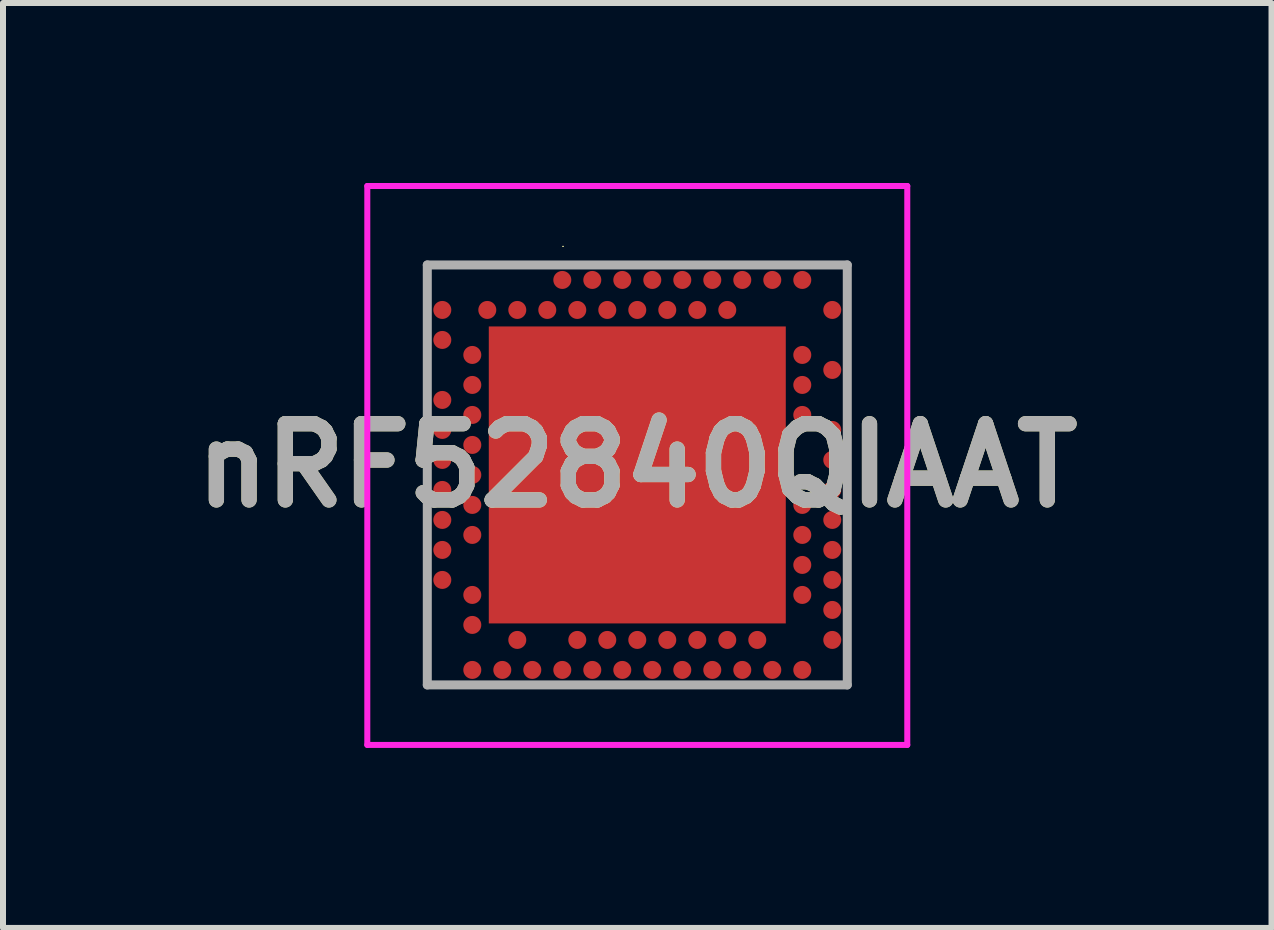
<source format=kicad_pcb>
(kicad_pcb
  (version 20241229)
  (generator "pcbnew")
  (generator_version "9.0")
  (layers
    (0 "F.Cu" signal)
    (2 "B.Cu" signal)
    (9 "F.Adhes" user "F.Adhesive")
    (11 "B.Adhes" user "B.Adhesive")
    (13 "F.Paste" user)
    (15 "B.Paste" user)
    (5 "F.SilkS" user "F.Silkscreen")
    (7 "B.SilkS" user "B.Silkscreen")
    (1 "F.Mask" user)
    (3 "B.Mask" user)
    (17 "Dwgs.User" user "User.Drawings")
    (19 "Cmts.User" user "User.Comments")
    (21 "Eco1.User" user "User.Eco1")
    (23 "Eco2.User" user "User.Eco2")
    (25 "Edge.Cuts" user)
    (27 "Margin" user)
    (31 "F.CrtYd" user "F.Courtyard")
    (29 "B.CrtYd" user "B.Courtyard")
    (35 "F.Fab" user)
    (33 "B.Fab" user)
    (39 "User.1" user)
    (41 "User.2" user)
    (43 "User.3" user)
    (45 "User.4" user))
  (footprint "nRF52840QIAAT"
    (layer "F.Cu")
    (at 7.572 4.866)
    (property "Reference" "nRF52840QIAAT" (at 0 -0.158 0) (layer "F.SilkS") (effects (font (size 1.27 1.27) (thickness 0.254))))
    (attr smd)
    (fp_line (start -1.243 -3.81) (end -1.243 -3.81) (stroke (width 0.011) (type solid)) (layer "F.SilkS"))
    (fp_line (start -1.232 -3.81) (end -1.232 -3.81) (stroke (width 0.011) (type solid)) (layer "F.SilkS"))
    (fp_arc (start -1.243 -3.81) (mid -1.2375 -3.8155) (end -1.232 -3.81) (stroke (width 0.011) (type solid)) (layer "F.SilkS"))
    (fp_arc (start -1.232 -3.81) (mid -1.2375 -3.8045) (end -1.243 -3.81) (stroke (width 0.011) (type solid)) (layer "F.SilkS"))
    (fp_line (start -4.5 -4.816) (end 4.5 -4.816) (stroke (width 0.1) (type solid)) (layer "F.CrtYd"))
    (fp_line (start -4.5 4.5) (end -4.5 -4.816) (stroke (width 0.1) (type solid)) (layer "F.CrtYd"))
    (fp_line (start 4.5 -4.816) (end 4.5 4.5) (stroke (width 0.1) (type solid)) (layer "F.CrtYd"))
    (fp_line (start 4.5 4.5) (end -4.5 4.5) (stroke (width 0.1) (type solid)) (layer "F.CrtYd"))
    (fp_line (start -3.5 -3.5) (end 3.5 -3.5) (stroke (width 0.15) (type solid)) (layer "F.Fab"))
    (fp_line (start -3.5 3.5) (end -3.5 -3.5) (stroke (width 0.15) (type solid)) (layer "F.Fab"))
    (fp_line (start 3.5 -3.5) (end 3.5 3.5) (stroke (width 0.15) (type solid)) (layer "F.Fab"))
    (fp_line (start 3.5 3.5) (end -3.5 3.5) (stroke (width 0.15) (type solid)) (layer "F.Fab"))
    (fp_text user "${REFERENCE}" (at 0 -0.158 0) (layer "F.Fab") (effects (font (size 1.27 1.27) (thickness 0.254))))
    (pad "A8" smd circle (at -1.25 -3.25 90) (size 0.3 0.3) (layers "F.Cu" "F.Mask" "F.Paste"))
    (pad "A10" smd circle (at -0.75 -3.25 90) (size 0.3 0.3) (layers "F.Cu" "F.Mask" "F.Paste"))
    (pad "A12" smd circle (at -0.25 -3.25 90) (size 0.3 0.3) (layers "F.Cu" "F.Mask" "F.Paste"))
    (pad "A14" smd circle (at 0.25 -3.25 90) (size 0.3 0.3) (layers "F.Cu" "F.Mask" "F.Paste"))
    (pad "A16" smd circle (at 0.75 -3.25 90) (size 0.3 0.3) (layers "F.Cu" "F.Mask" "F.Paste"))
    (pad "A18" smd circle (at 1.25 -3.25 90) (size 0.3 0.3) (layers "F.Cu" "F.Mask" "F.Paste"))
    (pad "A20" smd circle (at 1.75 -3.25 90) (size 0.3 0.3) (layers "F.Cu" "F.Mask" "F.Paste"))
    (pad "A22" smd circle (at 2.25 -3.25 90) (size 0.3 0.3) (layers "F.Cu" "F.Mask" "F.Paste"))
    (pad "A23" smd circle (at 2.75 -3.25 90) (size 0.3 0.3) (layers "F.Cu" "F.Mask" "F.Paste"))
    (pad "AA24" smd circle (at 3.25 2.25 90) (size 0.3 0.3) (layers "F.Cu" "F.Mask" "F.Paste"))
    (pad "AB2" smd circle (at -2.75 2.5 90) (size 0.3 0.3) (layers "F.Cu" "F.Mask" "F.Paste"))
    (pad "AC5" smd circle (at -2 2.75 90) (size 0.3 0.3) (layers "F.Cu" "F.Mask" "F.Paste"))
    (pad "AC9" smd circle (at -1 2.75 90) (size 0.3 0.3) (layers "F.Cu" "F.Mask" "F.Paste"))
    (pad "AC11" smd circle (at -0.5 2.75 90) (size 0.3 0.3) (layers "F.Cu" "F.Mask" "F.Paste"))
    (pad "AC13" smd circle (at 0 2.75 90) (size 0.3 0.3) (layers "F.Cu" "F.Mask" "F.Paste"))
    (pad "AC15" smd circle (at 0.5 2.75 90) (size 0.3 0.3) (layers "F.Cu" "F.Mask" "F.Paste"))
    (pad "AC17" smd circle (at 1 2.75 90) (size 0.3 0.3) (layers "F.Cu" "F.Mask" "F.Paste"))
    (pad "AC19" smd circle (at 1.5 2.75 90) (size 0.3 0.3) (layers "F.Cu" "F.Mask" "F.Paste"))
    (pad "AC21" smd circle (at 2 2.75 90) (size 0.3 0.3) (layers "F.Cu" "F.Mask" "F.Paste"))
    (pad "AC24" smd circle (at 3.25 2.75 90) (size 0.3 0.3) (layers "F.Cu" "F.Mask" "F.Paste"))
    (pad "AD2" smd circle (at -2.75 3.25 90) (size 0.3 0.3) (layers "F.Cu" "F.Mask" "F.Paste"))
    (pad "AD4" smd circle (at -2.25 3.25 90) (size 0.3 0.3) (layers "F.Cu" "F.Mask" "F.Paste"))
    (pad "AD6" smd circle (at -1.75 3.25 90) (size 0.3 0.3) (layers "F.Cu" "F.Mask" "F.Paste"))
    (pad "AD8" smd circle (at -1.25 3.25 90) (size 0.3 0.3) (layers "F.Cu" "F.Mask" "F.Paste"))
    (pad "AD10" smd circle (at -0.75 3.25 90) (size 0.3 0.3) (layers "F.Cu" "F.Mask" "F.Paste"))
    (pad "AD12" smd circle (at -0.25 3.25 90) (size 0.3 0.3) (layers "F.Cu" "F.Mask" "F.Paste"))
    (pad "AD14" smd circle (at 0.25 3.25 90) (size 0.3 0.3) (layers "F.Cu" "F.Mask" "F.Paste"))
    (pad "AD16" smd circle (at 0.75 3.25 90) (size 0.3 0.3) (layers "F.Cu" "F.Mask" "F.Paste"))
    (pad "AD18" smd circle (at 1.25 3.25 90) (size 0.3 0.3) (layers "F.Cu" "F.Mask" "F.Paste"))
    (pad "AD20" smd circle (at 1.75 3.25 90) (size 0.3 0.3) (layers "F.Cu" "F.Mask" "F.Paste"))
    (pad "AD22" smd circle (at 2.25 3.25 90) (size 0.3 0.3) (layers "F.Cu" "F.Mask" "F.Paste"))
    (pad "AD23" smd circle (at 2.75 3.25 90) (size 0.3 0.3) (layers "F.Cu" "F.Mask" "F.Paste"))
    (pad "B1" smd circle (at -3.25 -2.75 90) (size 0.3 0.3) (layers "F.Cu" "F.Mask" "F.Paste"))
    (pad "B3" smd circle (at -2.5 -2.75 90) (size 0.3 0.3) (layers "F.Cu" "F.Mask" "F.Paste"))
    (pad "B5" smd circle (at -2 -2.75 90) (size 0.3 0.3) (layers "F.Cu" "F.Mask" "F.Paste"))
    (pad "B7" smd circle (at -1.5 -2.75 90) (size 0.3 0.3) (layers "F.Cu" "F.Mask" "F.Paste"))
    (pad "B9" smd circle (at -1 -2.75 90) (size 0.3 0.3) (layers "F.Cu" "F.Mask" "F.Paste"))
    (pad "B11" smd circle (at -0.5 -2.75 90) (size 0.3 0.3) (layers "F.Cu" "F.Mask" "F.Paste"))
    (pad "B13" smd circle (at 0 -2.75 90) (size 0.3 0.3) (layers "F.Cu" "F.Mask" "F.Paste"))
    (pad "B15" smd circle (at 0.5 -2.75 90) (size 0.3 0.3) (layers "F.Cu" "F.Mask" "F.Paste"))
    (pad "B17" smd circle (at 1 -2.75 90) (size 0.3 0.3) (layers "F.Cu" "F.Mask" "F.Paste"))
    (pad "B19" smd circle (at 1.5 -2.75 90) (size 0.3 0.3) (layers "F.Cu" "F.Mask" "F.Paste"))
    (pad "B24" smd circle (at 3.25 -2.75 90) (size 0.3 0.3) (layers "F.Cu" "F.Mask" "F.Paste"))
    (pad "C1" smd circle (at -3.25 -2.25 90) (size 0.3 0.3) (layers "F.Cu" "F.Mask" "F.Paste"))
    (pad "D2" smd circle (at -2.75 -2 90) (size 0.3 0.3) (layers "F.Cu" "F.Mask" "F.Paste"))
    (pad "D23" smd circle (at 2.75 -2 90) (size 0.3 0.3) (layers "F.Cu" "F.Mask" "F.Paste"))
    (pad "DP1" smd rect (at 0 0 90) (size 4.95 4.95) (layers "F.Cu" "F.Mask" "F.Paste"))
    (pad "E24" smd circle (at 3.25 -1.75 90) (size 0.3 0.3) (layers "F.Cu" "F.Mask" "F.Paste"))
    (pad "F2" smd circle (at -2.75 -1.5 90) (size 0.3 0.3) (layers "F.Cu" "F.Mask" "F.Paste"))
    (pad "F23" smd circle (at 2.75 -1.5 90) (size 0.3 0.3) (layers "F.Cu" "F.Mask" "F.Paste"))
    (pad "G1" smd circle (at -3.25 -1.25 90) (size 0.3 0.3) (layers "F.Cu" "F.Mask" "F.Paste"))
    (pad "H2" smd circle (at -2.75 -1 90) (size 0.3 0.3) (layers "F.Cu" "F.Mask" "F.Paste"))
    (pad "H23" smd circle (at 2.75 -1 90) (size 0.3 0.3) (layers "F.Cu" "F.Mask" "F.Paste"))
    (pad "J1" smd circle (at -3.25 -0.75 90) (size 0.3 0.3) (layers "F.Cu" "F.Mask" "F.Paste"))
    (pad "J24" smd circle (at 3.25 -0.75 90) (size 0.3 0.3) (layers "F.Cu" "F.Mask" "F.Paste"))
    (pad "K2" smd circle (at -2.75 -0.5 90) (size 0.3 0.3) (layers "F.Cu" "F.Mask" "F.Paste"))
    (pad "L1" smd circle (at -3.25 -0.25 90) (size 0.3 0.3) (layers "F.Cu" "F.Mask" "F.Paste"))
    (pad "L24" smd circle (at 3.25 -0.25 90) (size 0.3 0.3) (layers "F.Cu" "F.Mask" "F.Paste"))
    (pad "M2" smd circle (at -2.75 0 90) (size 0.3 0.3) (layers "F.Cu" "F.Mask" "F.Paste"))
    (pad "N1" smd circle (at -3.25 0.25 90) (size 0.3 0.3) (layers "F.Cu" "F.Mask" "F.Paste"))
    (pad "N24" smd circle (at 3.25 0.25 90) (size 0.3 0.3) (layers "F.Cu" "F.Mask" "F.Paste"))
    (pad "P2" smd circle (at -2.75 0.5 90) (size 0.3 0.3) (layers "F.Cu" "F.Mask" "F.Paste"))
    (pad "P23" smd circle (at 2.75 0.5 90) (size 0.3 0.3) (layers "F.Cu" "F.Mask" "F.Paste"))
    (pad "R1" smd circle (at -3.25 0.75 90) (size 0.3 0.3) (layers "F.Cu" "F.Mask" "F.Paste"))
    (pad "R24" smd circle (at 3.25 0.75 90) (size 0.3 0.3) (layers "F.Cu" "F.Mask" "F.Paste"))
    (pad "T2" smd circle (at -2.75 1 90) (size 0.3 0.3) (layers "F.Cu" "F.Mask" "F.Paste"))
    (pad "T23" smd circle (at 2.75 1 90) (size 0.3 0.3) (layers "F.Cu" "F.Mask" "F.Paste"))
    (pad "U1" smd circle (at -3.25 1.25 90) (size 0.3 0.3) (layers "F.Cu" "F.Mask" "F.Paste"))
    (pad "U24" smd circle (at 3.25 1.25 90) (size 0.3 0.3) (layers "F.Cu" "F.Mask" "F.Paste"))
    (pad "V23" smd circle (at 2.75 1.5 90) (size 0.3 0.3) (layers "F.Cu" "F.Mask" "F.Paste"))
    (pad "W1" smd circle (at -3.25 1.75 90) (size 0.3 0.3) (layers "F.Cu" "F.Mask" "F.Paste"))
    (pad "W24" smd circle (at 3.25 1.75 90) (size 0.3 0.3) (layers "F.Cu" "F.Mask" "F.Paste"))
    (pad "Y2" smd circle (at -2.75 2 90) (size 0.3 0.3) (layers "F.Cu" "F.Mask" "F.Paste"))
    (pad "Y23" smd circle (at 2.75 2 90) (size 0.3 0.3) (layers "F.Cu" "F.Mask" "F.Paste")))
  (gr_rect
    (start -3 -3)
    (end 18.143 12.416)
    (stroke (width 0.1) (type default))
    (fill no)
    (layer "Edge.Cuts")))
</source>
